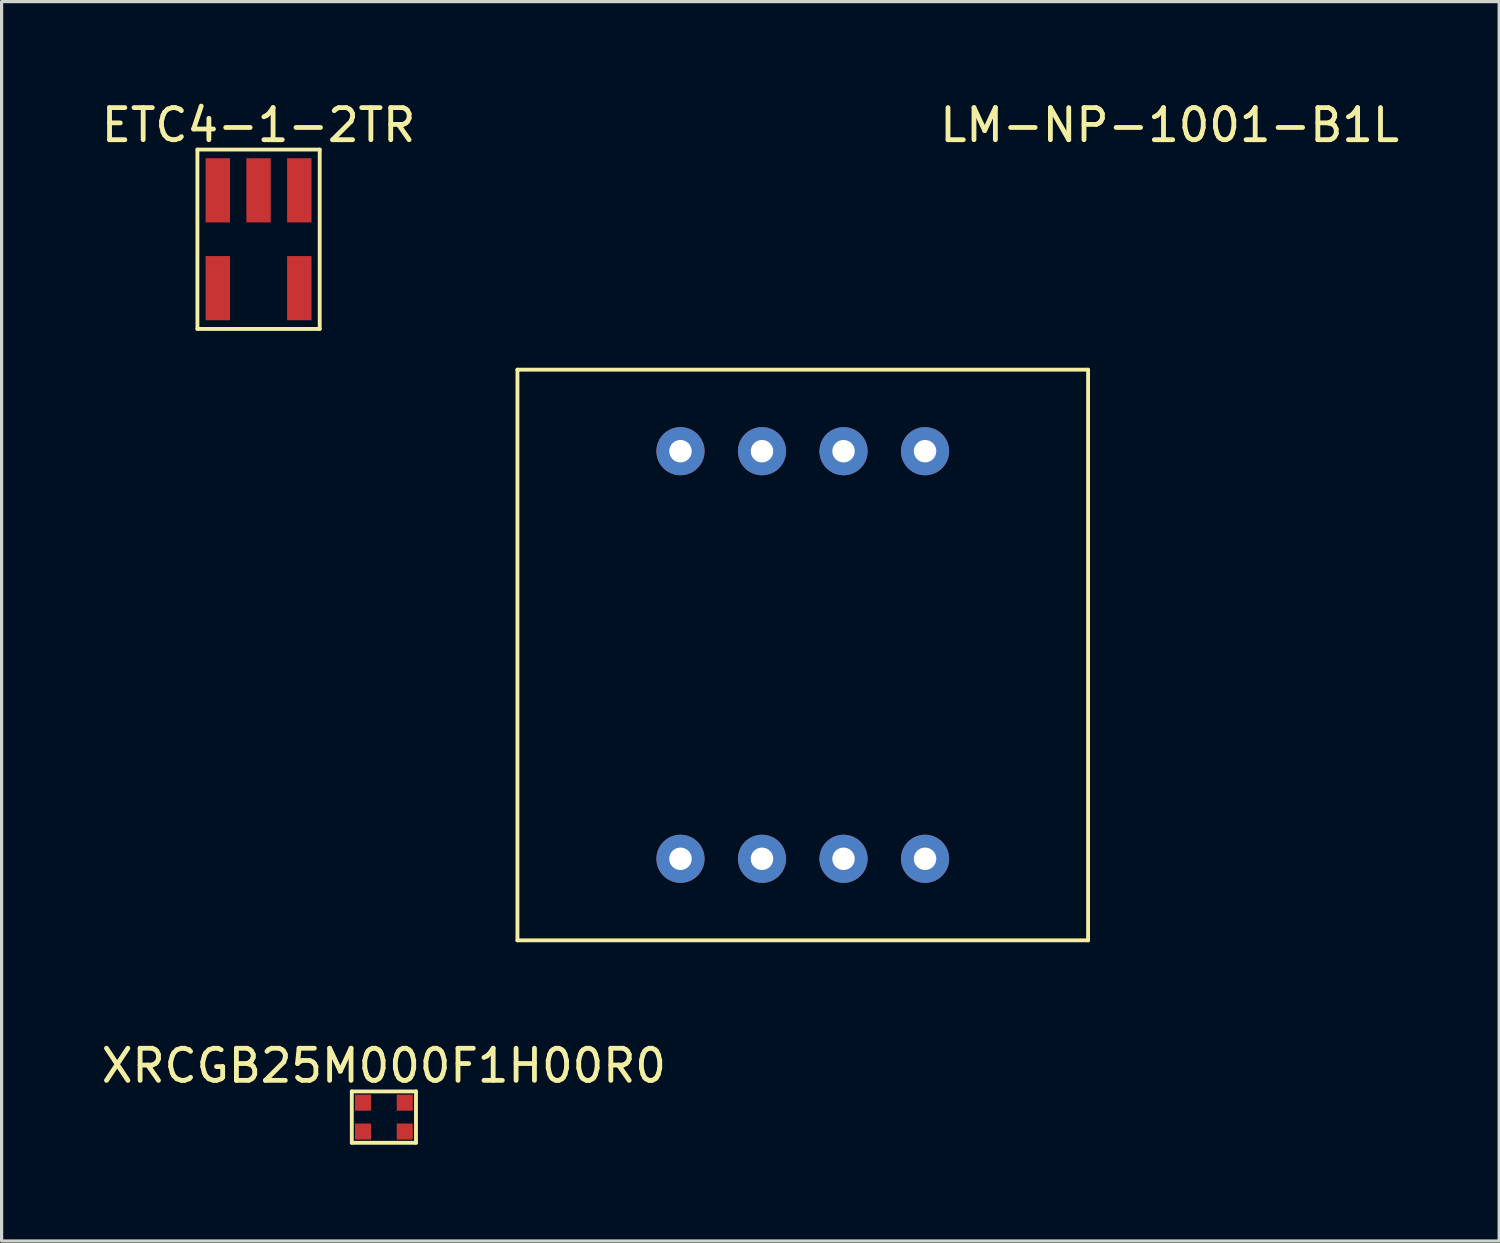
<source format=kicad_pcb>
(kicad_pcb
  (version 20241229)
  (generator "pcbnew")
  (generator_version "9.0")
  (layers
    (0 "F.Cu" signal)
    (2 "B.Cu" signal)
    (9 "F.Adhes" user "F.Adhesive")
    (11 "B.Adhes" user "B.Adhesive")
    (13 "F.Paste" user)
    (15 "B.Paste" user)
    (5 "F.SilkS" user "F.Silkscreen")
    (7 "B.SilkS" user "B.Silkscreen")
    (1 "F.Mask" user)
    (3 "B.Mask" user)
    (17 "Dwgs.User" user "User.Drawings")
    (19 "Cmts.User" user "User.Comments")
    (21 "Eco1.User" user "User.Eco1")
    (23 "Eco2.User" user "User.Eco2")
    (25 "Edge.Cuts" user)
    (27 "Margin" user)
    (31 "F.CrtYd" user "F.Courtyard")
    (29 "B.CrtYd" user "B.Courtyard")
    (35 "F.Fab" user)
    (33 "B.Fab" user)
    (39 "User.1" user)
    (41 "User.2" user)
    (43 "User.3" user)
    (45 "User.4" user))
  (footprint "ETC4-1-2TR"
    (layer "F.Cu")
    (at 5.006 2.88)
    (property "Reference" "ETC4-1-2TR" (at 0 -2.032 0) (layer "F.SilkS") (effects (font (size 1 1) (thickness 0.15))))
    (attr through_hole)
    (fp_line (start -1.905 -1.27) (end 1.905 -1.27) (stroke (width 0.12) (type solid)) (layer "F.SilkS"))
    (fp_line (start -1.905 4.318) (end -1.905 -1.27) (stroke (width 0.12) (type solid)) (layer "F.SilkS"))
    (fp_line (start 1.905 -1.27) (end 1.905 4.318) (stroke (width 0.12) (type solid)) (layer "F.SilkS"))
    (fp_line (start 1.905 4.318) (end -1.905 4.318) (stroke (width 0.12) (type solid)) (layer "F.SilkS"))
    (pad "1" smd rect (at -1.27 0) (size 0.76 2) (layers "F.Cu" "F.Mask" "F.Paste"))
    (pad "2" smd rect (at 0 0) (size 0.76 2) (layers "F.Cu" "F.Mask" "F.Paste"))
    (pad "3" smd rect (at 1.27 0) (size 0.76 2) (layers "F.Cu" "F.Mask" "F.Paste"))
    (pad "4" smd rect (at 1.27 3.048) (size 0.76 2) (layers "F.Cu" "F.Mask" "F.Paste"))
    (pad "5" smd rect (at -1.27 3.048) (size 0.76 2) (layers "F.Cu" "F.Mask" "F.Paste")))
  (footprint "LM-NP-1001-B1L"
    (layer "F.Cu")
    (at 25.772 11.008)
    (property "Reference" "LM-NP-1001-B1L" (at 7.62 -10.16 0) (layer "F.SilkS") (effects (font (size 1 1) (thickness 0.15))))
    (attr through_hole)
    (fp_line (start -12.7 -2.54) (end 5.08 -2.54) (stroke (width 0.12) (type solid)) (layer "F.SilkS"))
    (fp_line (start -12.7 15.24) (end -12.7 -2.54) (stroke (width 0.12) (type solid)) (layer "F.SilkS"))
    (fp_line (start 5.08 -2.54) (end 5.08 15.24) (stroke (width 0.12) (type solid)) (layer "F.SilkS"))
    (fp_line (start 5.08 15.24) (end -12.7 15.24) (stroke (width 0.12) (type solid)) (layer "F.SilkS"))
    (pad "1" thru_hole circle (at 0 0) (size 1.5 1.5) (drill 0.7) (layers "*.Cu" "*.Mask"))
    (pad "2" thru_hole circle (at -2.54 0) (size 1.5 1.5) (drill 0.7) (layers "*.Cu" "*.Mask"))
    (pad "3" thru_hole circle (at -5.08 0) (size 1.5 1.5) (drill 0.7) (layers "*.Cu" "*.Mask"))
    (pad "4" thru_hole circle (at -7.62 0) (size 1.5 1.5) (drill 0.7) (layers "*.Cu" "*.Mask"))
    (pad "5" thru_hole circle (at -7.62 12.7) (size 1.5 1.5) (drill 0.7) (layers "*.Cu" "*.Mask"))
    (pad "6" thru_hole circle (at -5.08 12.7) (size 1.5 1.5) (drill 0.7) (layers "*.Cu" "*.Mask"))
    (pad "7" thru_hole circle (at -2.54 12.7) (size 1.5 1.5) (drill 0.7) (layers "*.Cu" "*.Mask"))
    (pad "8" thru_hole circle (at 0 12.7) (size 1.5 1.5) (drill 0.7) (layers "*.Cu" "*.Mask")))
  (footprint "XRCGB25M000F1H00R0"
    (layer "F.Cu")
    (at 8.911 31.756)
    (property "Reference" "XRCGB25M000F1H00R0" (at 0 -1.6 0) (layer "F.SilkS") (effects (font (size 1 1) (thickness 0.15))))
    (attr through_hole)
    (fp_line (start -1 -0.8) (end 1 -0.8) (stroke (width 0.12) (type solid)) (layer "F.SilkS"))
    (fp_line (start -1 0.8) (end -1 -0.8) (stroke (width 0.12) (type solid)) (layer "F.SilkS"))
    (fp_line (start 1 -0.8) (end 1 0.8) (stroke (width 0.12) (type solid)) (layer "F.SilkS"))
    (fp_line (start 1 0.8) (end -1 0.8) (stroke (width 0.12) (type solid)) (layer "F.SilkS"))
    (pad "1" smd rect (at -0.65 -0.45) (size 0.5 0.5) (layers "F.Cu" "F.Mask" "F.Paste"))
    (pad "2" smd rect (at 0.65 0.45) (size 0.5 0.5) (layers "F.Cu" "F.Mask" "F.Paste"))
    (pad "NC" smd rect (at -0.65 0.45) (size 0.5 0.5) (layers "F.Cu" "F.Mask" "F.Paste"))
    (pad "NC" smd rect (at 0.65 -0.45) (size 0.5 0.5) (layers "F.Cu" "F.Mask" "F.Paste")))
  (gr_rect
    (start -3 -3)
    (end 43.66 35.617)
    (stroke (width 0.1) (type default))
    (fill no)
    (layer "Edge.Cuts")))
</source>
